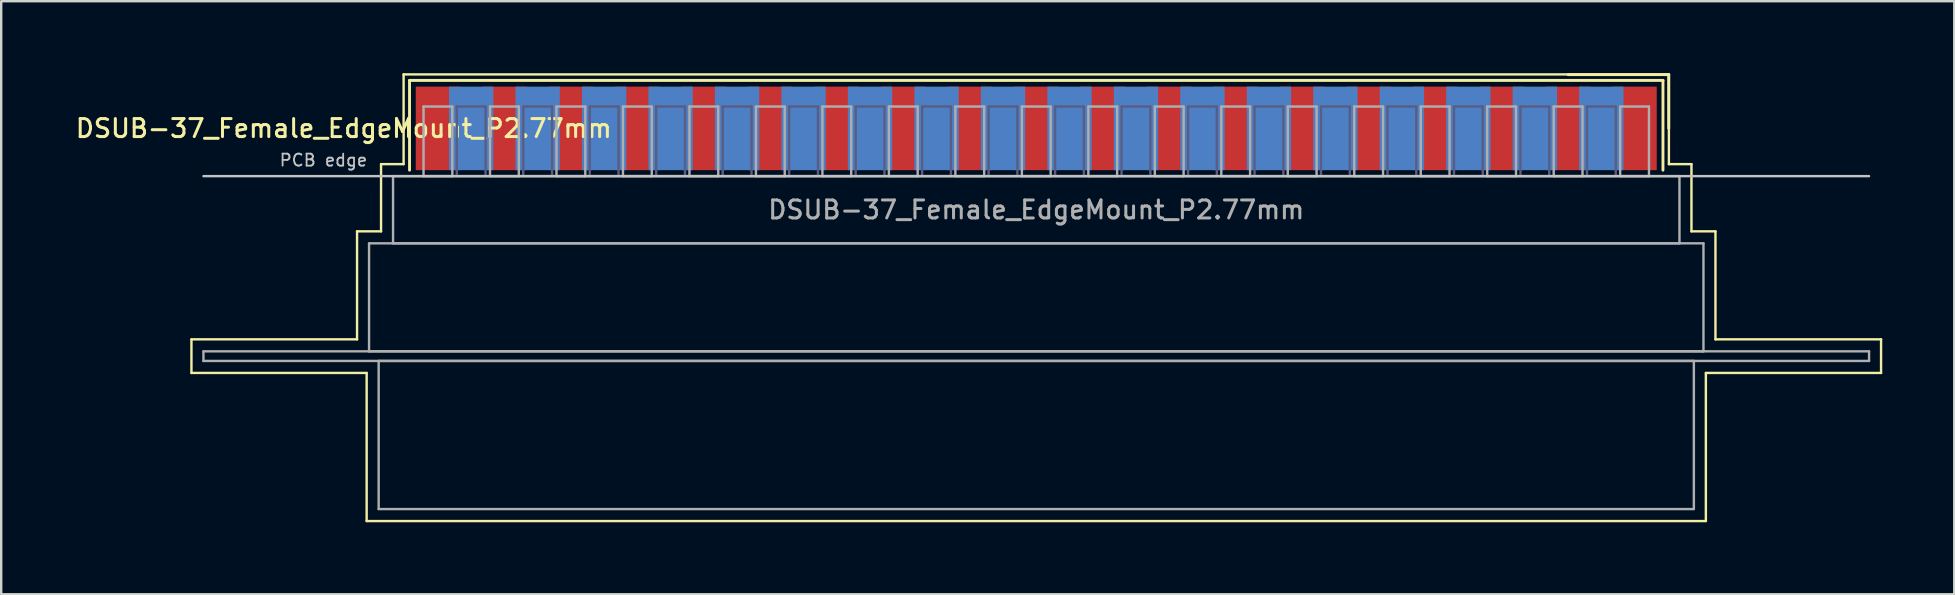
<source format=kicad_pcb>
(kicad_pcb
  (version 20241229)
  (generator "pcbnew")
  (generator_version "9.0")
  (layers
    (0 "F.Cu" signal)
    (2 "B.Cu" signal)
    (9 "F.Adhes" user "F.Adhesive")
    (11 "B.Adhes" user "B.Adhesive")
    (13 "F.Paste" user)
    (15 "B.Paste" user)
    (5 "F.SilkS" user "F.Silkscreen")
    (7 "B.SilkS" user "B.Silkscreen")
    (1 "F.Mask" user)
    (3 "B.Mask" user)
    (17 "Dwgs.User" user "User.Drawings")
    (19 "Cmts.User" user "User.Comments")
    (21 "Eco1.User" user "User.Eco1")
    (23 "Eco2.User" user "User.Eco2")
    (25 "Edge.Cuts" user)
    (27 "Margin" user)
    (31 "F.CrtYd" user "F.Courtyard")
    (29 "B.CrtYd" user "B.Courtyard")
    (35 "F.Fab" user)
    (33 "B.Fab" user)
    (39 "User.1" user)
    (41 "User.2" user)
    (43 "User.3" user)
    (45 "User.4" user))
  (footprint "DSUB-37_Female_EdgeMount_P2.77mm"
    (layer "F.Cu")
    (at 40.127 2.3)
    (property "Reference" "DSUB-37_Female_EdgeMount_P2.77mm" (at -28.853 0 0) (layer "F.SilkS") (effects (font (size 0.75 0.75) (thickness 0.125))))
    (attr smd)
    (fp_line (start -35.2 8.79) (end -28.3 8.79) (stroke (width 0.1) (type solid)) (layer "F.SilkS"))
    (fp_line (start -35.2 10.19) (end -35.2 8.79) (stroke (width 0.1) (type solid)) (layer "F.SilkS"))
    (fp_line (start -28.3 4.29) (end -27.3 4.29) (stroke (width 0.1) (type solid)) (layer "F.SilkS"))
    (fp_line (start -28.3 8.79) (end -28.3 4.29) (stroke (width 0.1) (type solid)) (layer "F.SilkS"))
    (fp_line (start -27.9 10.19) (end -35.2 10.19) (stroke (width 0.1) (type solid)) (layer "F.SilkS"))
    (fp_line (start -27.9 16.36) (end -27.9 10.19) (stroke (width 0.1) (type solid)) (layer "F.SilkS"))
    (fp_line (start -27.3 1.49) (end -26.36 1.49) (stroke (width 0.1) (type solid)) (layer "F.SilkS"))
    (fp_line (start -27.3 4.29) (end -27.3 1.49) (stroke (width 0.1) (type solid)) (layer "F.SilkS"))
    (fp_line (start -26.36 -2.25) (end 26.36 -2.25) (stroke (width 0.1) (type solid)) (layer "F.SilkS"))
    (fp_line (start -26.36 1.49) (end -26.36 -2.25) (stroke (width 0.1) (type solid)) (layer "F.SilkS"))
    (fp_line (start -26.113 -2) (end -26.113 1.74) (stroke (width 0.12) (type solid)) (layer "F.SilkS"))
    (fp_line (start 26.113 -2) (end -26.113 -2) (stroke (width 0.12) (type solid)) (layer "F.SilkS"))
    (fp_line (start 26.113 1.74) (end 26.113 -2) (stroke (width 0.12) (type solid)) (layer "F.SilkS"))
    (fp_line (start 26.353 -2.24) (end 22.16 -2.24) (stroke (width 0.12) (type solid)) (layer "F.SilkS"))
    (fp_line (start 26.353 0) (end 26.353 -2.24) (stroke (width 0.12) (type solid)) (layer "F.SilkS"))
    (fp_line (start 26.36 -2.25) (end 26.36 1.49) (stroke (width 0.1) (type solid)) (layer "F.SilkS"))
    (fp_line (start 26.36 1.49) (end 27.3 1.49) (stroke (width 0.1) (type solid)) (layer "F.SilkS"))
    (fp_line (start 27.3 1.49) (end 27.3 4.29) (stroke (width 0.1) (type solid)) (layer "F.SilkS"))
    (fp_line (start 27.3 4.29) (end 28.3 4.29) (stroke (width 0.1) (type solid)) (layer "F.SilkS"))
    (fp_line (start 27.9 10.19) (end 27.9 16.36) (stroke (width 0.1) (type solid)) (layer "F.SilkS"))
    (fp_line (start 27.9 16.36) (end -27.9 16.36) (stroke (width 0.1) (type solid)) (layer "F.SilkS"))
    (fp_line (start 28.3 4.29) (end 28.3 8.79) (stroke (width 0.1) (type solid)) (layer "F.SilkS"))
    (fp_line (start 28.3 8.79) (end 35.2 8.79) (stroke (width 0.1) (type solid)) (layer "F.SilkS"))
    (fp_line (start 35.2 8.79) (end 35.2 10.19) (stroke (width 0.1) (type solid)) (layer "F.SilkS"))
    (fp_line (start 35.2 10.19) (end 27.9 10.19) (stroke (width 0.1) (type solid)) (layer "F.SilkS"))
    (fp_line (start -34.7 1.99) (end 34.7 1.99) (stroke (width 0.1) (type solid)) (layer "Dwgs.User"))
    (fp_line (start -24.145 -0.91) (end -24.145 1.99) (stroke (width 0.1) (type solid)) (layer "B.Fab"))
    (fp_line (start -24.145 1.99) (end -22.945 1.99) (stroke (width 0.1) (type solid)) (layer "B.Fab"))
    (fp_line (start -22.945 -0.91) (end -24.145 -0.91) (stroke (width 0.1) (type solid)) (layer "B.Fab"))
    (fp_line (start -22.945 1.99) (end -22.945 -0.91) (stroke (width 0.1) (type solid)) (layer "B.Fab"))
    (fp_line (start -21.375 -0.91) (end -21.375 1.99) (stroke (width 0.1) (type solid)) (layer "B.Fab"))
    (fp_line (start -21.375 1.99) (end -20.175 1.99) (stroke (width 0.1) (type solid)) (layer "B.Fab"))
    (fp_line (start -20.175 -0.91) (end -21.375 -0.91) (stroke (width 0.1) (type solid)) (layer "B.Fab"))
    (fp_line (start -20.175 1.99) (end -20.175 -0.91) (stroke (width 0.1) (type solid)) (layer "B.Fab"))
    (fp_line (start -18.605 -0.91) (end -18.605 1.99) (stroke (width 0.1) (type solid)) (layer "B.Fab"))
    (fp_line (start -18.605 1.99) (end -17.405 1.99) (stroke (width 0.1) (type solid)) (layer "B.Fab"))
    (fp_line (start -17.405 -0.91) (end -18.605 -0.91) (stroke (width 0.1) (type solid)) (layer "B.Fab"))
    (fp_line (start -17.405 1.99) (end -17.405 -0.91) (stroke (width 0.1) (type solid)) (layer "B.Fab"))
    (fp_line (start -15.835 -0.91) (end -15.835 1.99) (stroke (width 0.1) (type solid)) (layer "B.Fab"))
    (fp_line (start -15.835 1.99) (end -14.635 1.99) (stroke (width 0.1) (type solid)) (layer "B.Fab"))
    (fp_line (start -14.635 -0.91) (end -15.835 -0.91) (stroke (width 0.1) (type solid)) (layer "B.Fab"))
    (fp_line (start -14.635 1.99) (end -14.635 -0.91) (stroke (width 0.1) (type solid)) (layer "B.Fab"))
    (fp_line (start -13.065 -0.91) (end -13.065 1.99) (stroke (width 0.1) (type solid)) (layer "B.Fab"))
    (fp_line (start -13.065 1.99) (end -11.865 1.99) (stroke (width 0.1) (type solid)) (layer "B.Fab"))
    (fp_line (start -11.865 -0.91) (end -13.065 -0.91) (stroke (width 0.1) (type solid)) (layer "B.Fab"))
    (fp_line (start -11.865 1.99) (end -11.865 -0.91) (stroke (width 0.1) (type solid)) (layer "B.Fab"))
    (fp_line (start -10.295 -0.91) (end -10.295 1.99) (stroke (width 0.1) (type solid)) (layer "B.Fab"))
    (fp_line (start -10.295 1.99) (end -9.095 1.99) (stroke (width 0.1) (type solid)) (layer "B.Fab"))
    (fp_line (start -9.095 -0.91) (end -10.295 -0.91) (stroke (width 0.1) (type solid)) (layer "B.Fab"))
    (fp_line (start -9.095 1.99) (end -9.095 -0.91) (stroke (width 0.1) (type solid)) (layer "B.Fab"))
    (fp_line (start -7.525 -0.91) (end -7.525 1.99) (stroke (width 0.1) (type solid)) (layer "B.Fab"))
    (fp_line (start -7.525 1.99) (end -6.325 1.99) (stroke (width 0.1) (type solid)) (layer "B.Fab"))
    (fp_line (start -6.325 -0.91) (end -7.525 -0.91) (stroke (width 0.1) (type solid)) (layer "B.Fab"))
    (fp_line (start -6.325 1.99) (end -6.325 -0.91) (stroke (width 0.1) (type solid)) (layer "B.Fab"))
    (fp_line (start -4.755 -0.91) (end -4.755 1.99) (stroke (width 0.1) (type solid)) (layer "B.Fab"))
    (fp_line (start -4.755 1.99) (end -3.555 1.99) (stroke (width 0.1) (type solid)) (layer "B.Fab"))
    (fp_line (start -3.555 -0.91) (end -4.755 -0.91) (stroke (width 0.1) (type solid)) (layer "B.Fab"))
    (fp_line (start -3.555 1.99) (end -3.555 -0.91) (stroke (width 0.1) (type solid)) (layer "B.Fab"))
    (fp_line (start -1.985 -0.91) (end -1.985 1.99) (stroke (width 0.1) (type solid)) (layer "B.Fab"))
    (fp_line (start -1.985 1.99) (end -0.785 1.99) (stroke (width 0.1) (type solid)) (layer "B.Fab"))
    (fp_line (start -0.785 -0.91) (end -1.985 -0.91) (stroke (width 0.1) (type solid)) (layer "B.Fab"))
    (fp_line (start -0.785 1.99) (end -0.785 -0.91) (stroke (width 0.1) (type solid)) (layer "B.Fab"))
    (fp_line (start 0.785 -0.91) (end 0.785 1.99) (stroke (width 0.1) (type solid)) (layer "B.Fab"))
    (fp_line (start 0.785 1.99) (end 1.985 1.99) (stroke (width 0.1) (type solid)) (layer "B.Fab"))
    (fp_line (start 1.985 -0.91) (end 0.785 -0.91) (stroke (width 0.1) (type solid)) (layer "B.Fab"))
    (fp_line (start 1.985 1.99) (end 1.985 -0.91) (stroke (width 0.1) (type solid)) (layer "B.Fab"))
    (fp_line (start 3.555 -0.91) (end 3.555 1.99) (stroke (width 0.1) (type solid)) (layer "B.Fab"))
    (fp_line (start 3.555 1.99) (end 4.755 1.99) (stroke (width 0.1) (type solid)) (layer "B.Fab"))
    (fp_line (start 4.755 -0.91) (end 3.555 -0.91) (stroke (width 0.1) (type solid)) (layer "B.Fab"))
    (fp_line (start 4.755 1.99) (end 4.755 -0.91) (stroke (width 0.1) (type solid)) (layer "B.Fab"))
    (fp_line (start 6.325 -0.91) (end 6.325 1.99) (stroke (width 0.1) (type solid)) (layer "B.Fab"))
    (fp_line (start 6.325 1.99) (end 7.525 1.99) (stroke (width 0.1) (type solid)) (layer "B.Fab"))
    (fp_line (start 7.525 -0.91) (end 6.325 -0.91) (stroke (width 0.1) (type solid)) (layer "B.Fab"))
    (fp_line (start 7.525 1.99) (end 7.525 -0.91) (stroke (width 0.1) (type solid)) (layer "B.Fab"))
    (fp_line (start 9.095 -0.91) (end 9.095 1.99) (stroke (width 0.1) (type solid)) (layer "B.Fab"))
    (fp_line (start 9.095 1.99) (end 10.295 1.99) (stroke (width 0.1) (type solid)) (layer "B.Fab"))
    (fp_line (start 10.295 -0.91) (end 9.095 -0.91) (stroke (width 0.1) (type solid)) (layer "B.Fab"))
    (fp_line (start 10.295 1.99) (end 10.295 -0.91) (stroke (width 0.1) (type solid)) (layer "B.Fab"))
    (fp_line (start 11.865 -0.91) (end 11.865 1.99) (stroke (width 0.1) (type solid)) (layer "B.Fab"))
    (fp_line (start 11.865 1.99) (end 13.065 1.99) (stroke (width 0.1) (type solid)) (layer "B.Fab"))
    (fp_line (start 13.065 -0.91) (end 11.865 -0.91) (stroke (width 0.1) (type solid)) (layer "B.Fab"))
    (fp_line (start 13.065 1.99) (end 13.065 -0.91) (stroke (width 0.1) (type solid)) (layer "B.Fab"))
    (fp_line (start 14.635 -0.91) (end 14.635 1.99) (stroke (width 0.1) (type solid)) (layer "B.Fab"))
    (fp_line (start 14.635 1.99) (end 15.835 1.99) (stroke (width 0.1) (type solid)) (layer "B.Fab"))
    (fp_line (start 15.835 -0.91) (end 14.635 -0.91) (stroke (width 0.1) (type solid)) (layer "B.Fab"))
    (fp_line (start 15.835 1.99) (end 15.835 -0.91) (stroke (width 0.1) (type solid)) (layer "B.Fab"))
    (fp_line (start 17.405 -0.91) (end 17.405 1.99) (stroke (width 0.1) (type solid)) (layer "B.Fab"))
    (fp_line (start 17.405 1.99) (end 18.605 1.99) (stroke (width 0.1) (type solid)) (layer "B.Fab"))
    (fp_line (start 18.605 -0.91) (end 17.405 -0.91) (stroke (width 0.1) (type solid)) (layer "B.Fab"))
    (fp_line (start 18.605 1.99) (end 18.605 -0.91) (stroke (width 0.1) (type solid)) (layer "B.Fab"))
    (fp_line (start 20.175 -0.91) (end 20.175 1.99) (stroke (width 0.1) (type solid)) (layer "B.Fab"))
    (fp_line (start 20.175 1.99) (end 21.375 1.99) (stroke (width 0.1) (type solid)) (layer "B.Fab"))
    (fp_line (start 21.375 -0.91) (end 20.175 -0.91) (stroke (width 0.1) (type solid)) (layer "B.Fab"))
    (fp_line (start 21.375 1.99) (end 21.375 -0.91) (stroke (width 0.1) (type solid)) (layer "B.Fab"))
    (fp_line (start 22.945 -0.91) (end 22.945 1.99) (stroke (width 0.1) (type solid)) (layer "B.Fab"))
    (fp_line (start 22.945 1.99) (end 24.145 1.99) (stroke (width 0.1) (type solid)) (layer "B.Fab"))
    (fp_line (start 24.145 -0.91) (end 22.945 -0.91) (stroke (width 0.1) (type solid)) (layer "B.Fab"))
    (fp_line (start 24.145 1.99) (end 24.145 -0.91) (stroke (width 0.1) (type solid)) (layer "B.Fab"))
    (fp_line (start -34.7 9.29) (end -34.7 9.69) (stroke (width 0.1) (type solid)) (layer "F.Fab"))
    (fp_line (start -34.7 9.69) (end 34.7 9.69) (stroke (width 0.1) (type solid)) (layer "F.Fab"))
    (fp_line (start -27.8 4.79) (end -27.8 9.29) (stroke (width 0.1) (type solid)) (layer "F.Fab"))
    (fp_line (start -27.8 9.29) (end 27.8 9.29) (stroke (width 0.1) (type solid)) (layer "F.Fab"))
    (fp_line (start -27.4 9.69) (end -27.4 15.86) (stroke (width 0.1) (type solid)) (layer "F.Fab"))
    (fp_line (start -27.4 15.86) (end 27.4 15.86) (stroke (width 0.1) (type solid)) (layer "F.Fab"))
    (fp_line (start -26.8 1.99) (end -26.8 4.79) (stroke (width 0.1) (type solid)) (layer "F.Fab"))
    (fp_line (start -26.8 4.79) (end 26.8 4.79) (stroke (width 0.1) (type solid)) (layer "F.Fab"))
    (fp_line (start -25.53 -0.91) (end -25.53 1.99) (stroke (width 0.1) (type solid)) (layer "F.Fab"))
    (fp_line (start -25.53 1.99) (end -24.33 1.99) (stroke (width 0.1) (type solid)) (layer "F.Fab"))
    (fp_line (start -24.33 -0.91) (end -25.53 -0.91) (stroke (width 0.1) (type solid)) (layer "F.Fab"))
    (fp_line (start -24.33 1.99) (end -24.33 -0.91) (stroke (width 0.1) (type solid)) (layer "F.Fab"))
    (fp_line (start -22.76 -0.91) (end -22.76 1.99) (stroke (width 0.1) (type solid)) (layer "F.Fab"))
    (fp_line (start -22.76 1.99) (end -21.56 1.99) (stroke (width 0.1) (type solid)) (layer "F.Fab"))
    (fp_line (start -21.56 -0.91) (end -22.76 -0.91) (stroke (width 0.1) (type solid)) (layer "F.Fab"))
    (fp_line (start -21.56 1.99) (end -21.56 -0.91) (stroke (width 0.1) (type solid)) (layer "F.Fab"))
    (fp_line (start -19.99 -0.91) (end -19.99 1.99) (stroke (width 0.1) (type solid)) (layer "F.Fab"))
    (fp_line (start -19.99 1.99) (end -18.79 1.99) (stroke (width 0.1) (type solid)) (layer "F.Fab"))
    (fp_line (start -18.79 -0.91) (end -19.99 -0.91) (stroke (width 0.1) (type solid)) (layer "F.Fab"))
    (fp_line (start -18.79 1.99) (end -18.79 -0.91) (stroke (width 0.1) (type solid)) (layer "F.Fab"))
    (fp_line (start -17.22 -0.91) (end -17.22 1.99) (stroke (width 0.1) (type solid)) (layer "F.Fab"))
    (fp_line (start -17.22 1.99) (end -16.02 1.99) (stroke (width 0.1) (type solid)) (layer "F.Fab"))
    (fp_line (start -16.02 -0.91) (end -17.22 -0.91) (stroke (width 0.1) (type solid)) (layer "F.Fab"))
    (fp_line (start -16.02 1.99) (end -16.02 -0.91) (stroke (width 0.1) (type solid)) (layer "F.Fab"))
    (fp_line (start -14.45 -0.91) (end -14.45 1.99) (stroke (width 0.1) (type solid)) (layer "F.Fab"))
    (fp_line (start -14.45 1.99) (end -13.25 1.99) (stroke (width 0.1) (type solid)) (layer "F.Fab"))
    (fp_line (start -13.25 -0.91) (end -14.45 -0.91) (stroke (width 0.1) (type solid)) (layer "F.Fab"))
    (fp_line (start -13.25 1.99) (end -13.25 -0.91) (stroke (width 0.1) (type solid)) (layer "F.Fab"))
    (fp_line (start -11.68 -0.91) (end -11.68 1.99) (stroke (width 0.1) (type solid)) (layer "F.Fab"))
    (fp_line (start -11.68 1.99) (end -10.48 1.99) (stroke (width 0.1) (type solid)) (layer "F.Fab"))
    (fp_line (start -10.48 -0.91) (end -11.68 -0.91) (stroke (width 0.1) (type solid)) (layer "F.Fab"))
    (fp_line (start -10.48 1.99) (end -10.48 -0.91) (stroke (width 0.1) (type solid)) (layer "F.Fab"))
    (fp_line (start -8.91 -0.91) (end -8.91 1.99) (stroke (width 0.1) (type solid)) (layer "F.Fab"))
    (fp_line (start -8.91 1.99) (end -7.71 1.99) (stroke (width 0.1) (type solid)) (layer "F.Fab"))
    (fp_line (start -7.71 -0.91) (end -8.91 -0.91) (stroke (width 0.1) (type solid)) (layer "F.Fab"))
    (fp_line (start -7.71 1.99) (end -7.71 -0.91) (stroke (width 0.1) (type solid)) (layer "F.Fab"))
    (fp_line (start -6.14 -0.91) (end -6.14 1.99) (stroke (width 0.1) (type solid)) (layer "F.Fab"))
    (fp_line (start -6.14 1.99) (end -4.94 1.99) (stroke (width 0.1) (type solid)) (layer "F.Fab"))
    (fp_line (start -4.94 -0.91) (end -6.14 -0.91) (stroke (width 0.1) (type solid)) (layer "F.Fab"))
    (fp_line (start -4.94 1.99) (end -4.94 -0.91) (stroke (width 0.1) (type solid)) (layer "F.Fab"))
    (fp_line (start -3.37 -0.91) (end -3.37 1.99) (stroke (width 0.1) (type solid)) (layer "F.Fab"))
    (fp_line (start -3.37 1.99) (end -2.17 1.99) (stroke (width 0.1) (type solid)) (layer "F.Fab"))
    (fp_line (start -2.17 -0.91) (end -3.37 -0.91) (stroke (width 0.1) (type solid)) (layer "F.Fab"))
    (fp_line (start -2.17 1.99) (end -2.17 -0.91) (stroke (width 0.1) (type solid)) (layer "F.Fab"))
    (fp_line (start -0.6 -0.91) (end -0.6 1.99) (stroke (width 0.1) (type solid)) (layer "F.Fab"))
    (fp_line (start -0.6 1.99) (end 0.6 1.99) (stroke (width 0.1) (type solid)) (layer "F.Fab"))
    (fp_line (start 0.6 -0.91) (end -0.6 -0.91) (stroke (width 0.1) (type solid)) (layer "F.Fab"))
    (fp_line (start 0.6 1.99) (end 0.6 -0.91) (stroke (width 0.1) (type solid)) (layer "F.Fab"))
    (fp_line (start 2.17 -0.91) (end 2.17 1.99) (stroke (width 0.1) (type solid)) (layer "F.Fab"))
    (fp_line (start 2.17 1.99) (end 3.37 1.99) (stroke (width 0.1) (type solid)) (layer "F.Fab"))
    (fp_line (start 3.37 -0.91) (end 2.17 -0.91) (stroke (width 0.1) (type solid)) (layer "F.Fab"))
    (fp_line (start 3.37 1.99) (end 3.37 -0.91) (stroke (width 0.1) (type solid)) (layer "F.Fab"))
    (fp_line (start 4.94 -0.91) (end 4.94 1.99) (stroke (width 0.1) (type solid)) (layer "F.Fab"))
    (fp_line (start 4.94 1.99) (end 6.14 1.99) (stroke (width 0.1) (type solid)) (layer "F.Fab"))
    (fp_line (start 6.14 -0.91) (end 4.94 -0.91) (stroke (width 0.1) (type solid)) (layer "F.Fab"))
    (fp_line (start 6.14 1.99) (end 6.14 -0.91) (stroke (width 0.1) (type solid)) (layer "F.Fab"))
    (fp_line (start 7.71 -0.91) (end 7.71 1.99) (stroke (width 0.1) (type solid)) (layer "F.Fab"))
    (fp_line (start 7.71 1.99) (end 8.91 1.99) (stroke (width 0.1) (type solid)) (layer "F.Fab"))
    (fp_line (start 8.91 -0.91) (end 7.71 -0.91) (stroke (width 0.1) (type solid)) (layer "F.Fab"))
    (fp_line (start 8.91 1.99) (end 8.91 -0.91) (stroke (width 0.1) (type solid)) (layer "F.Fab"))
    (fp_line (start 10.48 -0.91) (end 10.48 1.99) (stroke (width 0.1) (type solid)) (layer "F.Fab"))
    (fp_line (start 10.48 1.99) (end 11.68 1.99) (stroke (width 0.1) (type solid)) (layer "F.Fab"))
    (fp_line (start 11.68 -0.91) (end 10.48 -0.91) (stroke (width 0.1) (type solid)) (layer "F.Fab"))
    (fp_line (start 11.68 1.99) (end 11.68 -0.91) (stroke (width 0.1) (type solid)) (layer "F.Fab"))
    (fp_line (start 13.25 -0.91) (end 13.25 1.99) (stroke (width 0.1) (type solid)) (layer "F.Fab"))
    (fp_line (start 13.25 1.99) (end 14.45 1.99) (stroke (width 0.1) (type solid)) (layer "F.Fab"))
    (fp_line (start 14.45 -0.91) (end 13.25 -0.91) (stroke (width 0.1) (type solid)) (layer "F.Fab"))
    (fp_line (start 14.45 1.99) (end 14.45 -0.91) (stroke (width 0.1) (type solid)) (layer "F.Fab"))
    (fp_line (start 16.02 -0.91) (end 16.02 1.99) (stroke (width 0.1) (type solid)) (layer "F.Fab"))
    (fp_line (start 16.02 1.99) (end 17.22 1.99) (stroke (width 0.1) (type solid)) (layer "F.Fab"))
    (fp_line (start 17.22 -0.91) (end 16.02 -0.91) (stroke (width 0.1) (type solid)) (layer "F.Fab"))
    (fp_line (start 17.22 1.99) (end 17.22 -0.91) (stroke (width 0.1) (type solid)) (layer "F.Fab"))
    (fp_line (start 18.79 -0.91) (end 18.79 1.99) (stroke (width 0.1) (type solid)) (layer "F.Fab"))
    (fp_line (start 18.79 1.99) (end 19.99 1.99) (stroke (width 0.1) (type solid)) (layer "F.Fab"))
    (fp_line (start 19.99 -0.91) (end 18.79 -0.91) (stroke (width 0.1) (type solid)) (layer "F.Fab"))
    (fp_line (start 19.99 1.99) (end 19.99 -0.91) (stroke (width 0.1) (type solid)) (layer "F.Fab"))
    (fp_line (start 21.56 -0.91) (end 21.56 1.99) (stroke (width 0.1) (type solid)) (layer "F.Fab"))
    (fp_line (start 21.56 1.99) (end 22.76 1.99) (stroke (width 0.1) (type solid)) (layer "F.Fab"))
    (fp_line (start 22.76 -0.91) (end 21.56 -0.91) (stroke (width 0.1) (type solid)) (layer "F.Fab"))
    (fp_line (start 22.76 1.99) (end 22.76 -0.91) (stroke (width 0.1) (type solid)) (layer "F.Fab"))
    (fp_line (start 24.33 -0.91) (end 24.33 1.99) (stroke (width 0.1) (type solid)) (layer "F.Fab"))
    (fp_line (start 24.33 1.99) (end 25.53 1.99) (stroke (width 0.1) (type solid)) (layer "F.Fab"))
    (fp_line (start 25.53 -0.91) (end 24.33 -0.91) (stroke (width 0.1) (type solid)) (layer "F.Fab"))
    (fp_line (start 25.53 1.99) (end 25.53 -0.91) (stroke (width 0.1) (type solid)) (layer "F.Fab"))
    (fp_line (start 26.8 1.99) (end -26.8 1.99) (stroke (width 0.1) (type solid)) (layer "F.Fab"))
    (fp_line (start 26.8 4.79) (end 26.8 1.99) (stroke (width 0.1) (type solid)) (layer "F.Fab"))
    (fp_line (start 27.4 9.69) (end -27.4 9.69) (stroke (width 0.1) (type solid)) (layer "F.Fab"))
    (fp_line (start 27.4 15.86) (end 27.4 9.69) (stroke (width 0.1) (type solid)) (layer "F.Fab"))
    (fp_line (start 27.8 4.79) (end -27.8 4.79) (stroke (width 0.1) (type solid)) (layer "F.Fab"))
    (fp_line (start 27.8 9.29) (end 27.8 4.79) (stroke (width 0.1) (type solid)) (layer "F.Fab"))
    (fp_line (start 34.7 9.29) (end -34.7 9.29) (stroke (width 0.1) (type solid)) (layer "F.Fab"))
    (fp_line (start 34.7 9.69) (end 34.7 9.29) (stroke (width 0.1) (type solid)) (layer "F.Fab"))
    (fp_text user "PCB edge" (at -29.7 1.323 0) (layer "Dwgs.User") (effects (font (size 0.5 0.5) (thickness 0.075))))
    (fp_text user "${REFERENCE}" (at 0 3.39 0) (layer "F.Fab") (effects (font (size 0.75 0.75) (thickness 0.125))))
    (pad "1" smd rect (at 24.93 0) (size 1.847 3.48) (layers "F.Cu" "F.Mask" "F.Paste"))
    (pad "2" smd rect (at 22.16 0) (size 1.847 3.48) (layers "F.Cu" "F.Mask" "F.Paste"))
    (pad "3" smd rect (at 19.39 0) (size 1.847 3.48) (layers "F.Cu" "F.Mask" "F.Paste"))
    (pad "4" smd rect (at 16.62 0) (size 1.847 3.48) (layers "F.Cu" "F.Mask" "F.Paste"))
    (pad "5" smd rect (at 13.85 0) (size 1.847 3.48) (layers "F.Cu" "F.Mask" "F.Paste"))
    (pad "6" smd rect (at 11.08 0) (size 1.847 3.48) (layers "F.Cu" "F.Mask" "F.Paste"))
    (pad "7" smd rect (at 8.31 0) (size 1.847 3.48) (layers "F.Cu" "F.Mask" "F.Paste"))
    (pad "8" smd rect (at 5.54 0) (size 1.847 3.48) (layers "F.Cu" "F.Mask" "F.Paste"))
    (pad "9" smd rect (at 2.77 0) (size 1.847 3.48) (layers "F.Cu" "F.Mask" "F.Paste"))
    (pad "10" smd rect (at 0 0) (size 1.847 3.48) (layers "F.Cu" "F.Mask" "F.Paste"))
    (pad "11" smd rect (at -2.77 0) (size 1.847 3.48) (layers "F.Cu" "F.Mask" "F.Paste"))
    (pad "12" smd rect (at -5.54 0) (size 1.847 3.48) (layers "F.Cu" "F.Mask" "F.Paste"))
    (pad "13" smd rect (at -8.31 0) (size 1.847 3.48) (layers "F.Cu" "F.Mask" "F.Paste"))
    (pad "14" smd rect (at -11.08 0) (size 1.847 3.48) (layers "F.Cu" "F.Mask" "F.Paste"))
    (pad "15" smd rect (at -13.85 0) (size 1.847 3.48) (layers "F.Cu" "F.Mask" "F.Paste"))
    (pad "16" smd rect (at -16.62 0) (size 1.847 3.48) (layers "F.Cu" "F.Mask" "F.Paste"))
    (pad "17" smd rect (at -19.39 0) (size 1.847 3.48) (layers "F.Cu" "F.Mask" "F.Paste"))
    (pad "18" smd rect (at -22.16 0) (size 1.847 3.48) (layers "F.Cu" "F.Mask" "F.Paste"))
    (pad "19" smd rect (at -24.93 0) (size 1.847 3.48) (layers "F.Cu" "F.Mask" "F.Paste"))
    (pad "20" smd rect (at 23.545 0) (size 1.847 3.48) (layers "B.Cu" "B.Mask" "B.Paste"))
    (pad "21" smd rect (at 20.775 0) (size 1.847 3.48) (layers "B.Cu" "B.Mask" "B.Paste"))
    (pad "22" smd rect (at 18.005 0) (size 1.847 3.48) (layers "B.Cu" "B.Mask" "B.Paste"))
    (pad "23" smd rect (at 15.235 0) (size 1.847 3.48) (layers "B.Cu" "B.Mask" "B.Paste"))
    (pad "24" smd rect (at 12.465 0) (size 1.847 3.48) (layers "B.Cu" "B.Mask" "B.Paste"))
    (pad "25" smd rect (at 9.695 0) (size 1.847 3.48) (layers "B.Cu" "B.Mask" "B.Paste"))
    (pad "26" smd rect (at 6.925 0) (size 1.847 3.48) (layers "B.Cu" "B.Mask" "B.Paste"))
    (pad "27" smd rect (at 4.155 0) (size 1.847 3.48) (layers "B.Cu" "B.Mask" "B.Paste"))
    (pad "28" smd rect (at 1.385 0) (size 1.847 3.48) (layers "B.Cu" "B.Mask" "B.Paste"))
    (pad "29" smd rect (at -1.385 0) (size 1.847 3.48) (layers "B.Cu" "B.Mask" "B.Paste"))
    (pad "30" smd rect (at -4.155 0) (size 1.847 3.48) (layers "B.Cu" "B.Mask" "B.Paste"))
    (pad "31" smd rect (at -6.925 0) (size 1.847 3.48) (layers "B.Cu" "B.Mask" "B.Paste"))
    (pad "32" smd rect (at -9.695 0) (size 1.847 3.48) (layers "B.Cu" "B.Mask" "B.Paste"))
    (pad "33" smd rect (at -12.465 0) (size 1.847 3.48) (layers "B.Cu" "B.Mask" "B.Paste"))
    (pad "34" smd rect (at -15.235 0) (size 1.847 3.48) (layers "B.Cu" "B.Mask" "B.Paste"))
    (pad "35" smd rect (at -18.005 0) (size 1.847 3.48) (layers "B.Cu" "B.Mask" "B.Paste"))
    (pad "36" smd rect (at -20.775 0) (size 1.847 3.48) (layers "B.Cu" "B.Mask" "B.Paste"))
    (pad "37" smd rect (at -23.545 0) (size 1.847 3.48) (layers "B.Cu" "B.Mask" "B.Paste")))
  (gr_rect
    (start -3 -3)
    (end 78.377 21.71)
    (stroke (width 0.1) (type default))
    (fill no)
    (layer "Edge.Cuts")))
</source>
